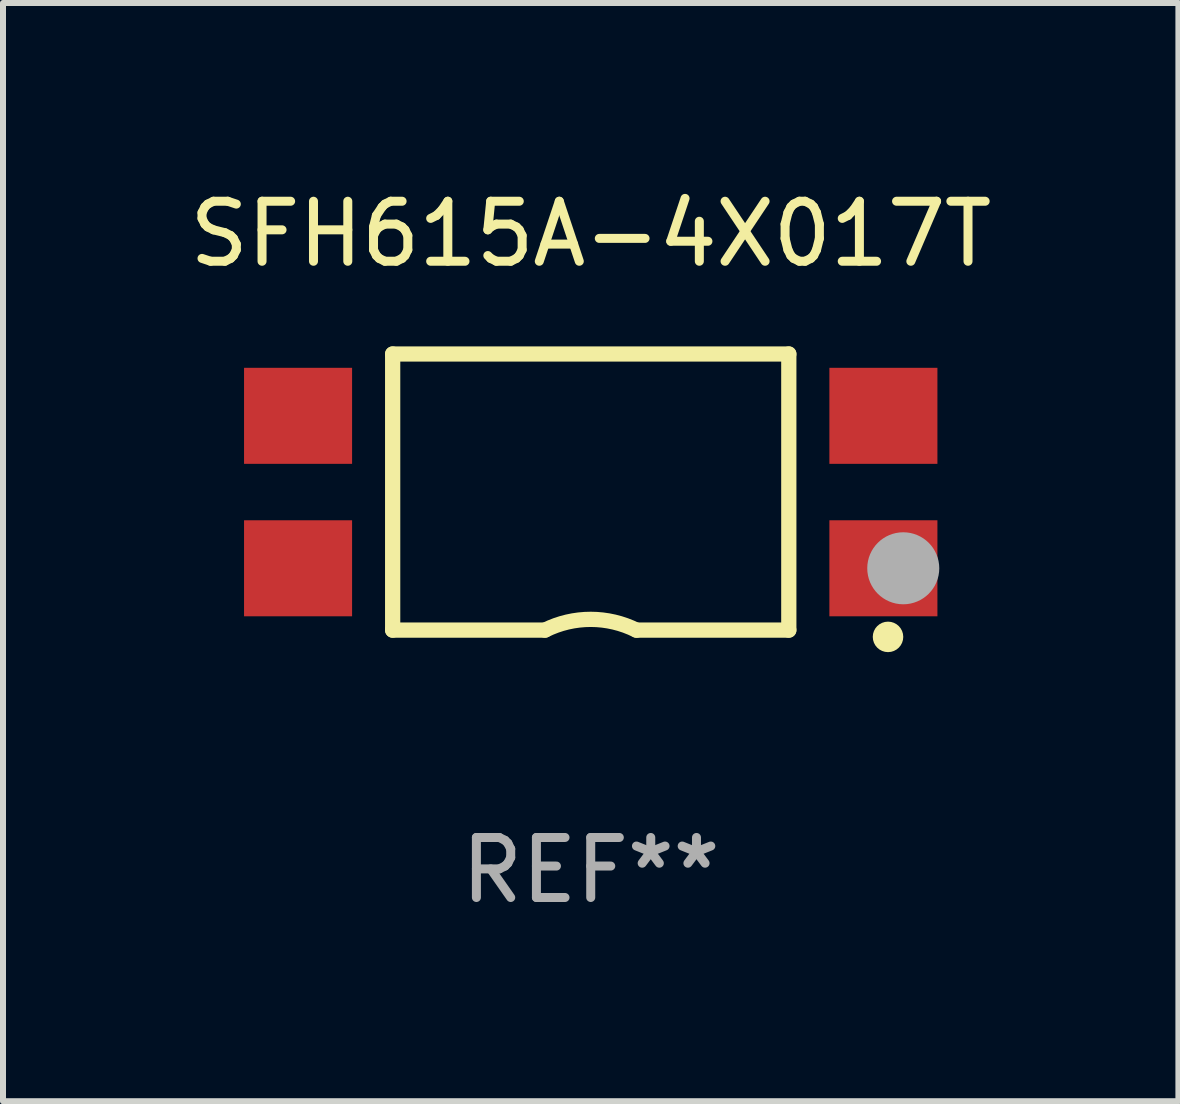
<source format=kicad_pcb>
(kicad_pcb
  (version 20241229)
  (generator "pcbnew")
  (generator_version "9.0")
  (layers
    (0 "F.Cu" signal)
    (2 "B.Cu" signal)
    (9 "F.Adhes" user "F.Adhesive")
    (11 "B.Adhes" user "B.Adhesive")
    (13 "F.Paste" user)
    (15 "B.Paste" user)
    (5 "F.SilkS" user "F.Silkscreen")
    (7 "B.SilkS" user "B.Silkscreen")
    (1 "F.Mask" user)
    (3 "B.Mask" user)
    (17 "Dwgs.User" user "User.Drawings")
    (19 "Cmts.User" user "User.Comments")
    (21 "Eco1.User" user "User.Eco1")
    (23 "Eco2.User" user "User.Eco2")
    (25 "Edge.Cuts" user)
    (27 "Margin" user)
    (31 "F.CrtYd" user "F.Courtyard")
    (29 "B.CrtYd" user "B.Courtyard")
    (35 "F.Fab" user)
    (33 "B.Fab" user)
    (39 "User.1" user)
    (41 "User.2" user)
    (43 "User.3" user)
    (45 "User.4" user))
  (footprint "SFH615A-4X017T"
    (layer "F.Cu")
    (at 6.792 5.148)
    (property "Reference" "SFH615A-4X017T" (at 0 -4.3 0) (layer "F.SilkS") (effects (font (size 1 1) (thickness 0.15))))
    (attr through_hole)
    (fp_line (start -3.3 -2.3) (end 3.3 -2.3) (stroke (width 0.254) (type solid)) (layer "F.SilkS"))
    (fp_line (start -3.3 2.3) (end -3.3 -2.3) (stroke (width 0.254) (type solid)) (layer "F.SilkS"))
    (fp_line (start -3.3 2.3) (end -0.762 2.3) (stroke (width 0.254) (type solid)) (layer "F.SilkS"))
    (fp_line (start 3.3 -2.3) (end 3.3 2.3) (stroke (width 0.254) (type solid)) (layer "F.SilkS"))
    (fp_line (start 3.3 2.3) (end 0.762 2.3) (stroke (width 0.254) (type solid)) (layer "F.SilkS"))
    (fp_arc (start -0.761976 2.300025) (mid 0.000169 2.120943) (end 0.762027 2.301244) (stroke (width 0.254001) (type solid)) (layer "F.SilkS"))
    (fp_circle (center 4.953 2.413) (end 5.08 2.413) (stroke (width 0.254) (type solid)) (fill no) (layer "F.SilkS"))
    (fp_circle (center 5 2.3) (end 5.03 2.3) (stroke (width 0.06) (type solid)) (fill no) (layer "F.SilkS"))
    (fp_arc (start 5.334138 1.270104) (mid 5.461138 1.240123) (end 5.588139 1.270104) (stroke (width 0.254001) (type solid)) (layer "F.Fab"))
    (fp_circle (center 5.207 1.27) (end 5.507 1.27) (stroke (width 0.6) (type solid)) (fill no) (layer "F.Fab"))
    (fp_text user "REF**" (at 0 6.3 0) (layer "F.Fab") (effects (font (size 1 1) (thickness 0.15))))
    (pad "1" smd rect (at 4.876 1.27) (size 1.8 1.6) (layers "F.Cu" "F.Mask" "F.Paste"))
    (pad "2" smd rect (at 4.876 -1.27) (size 1.8 1.6) (layers "F.Cu" "F.Mask" "F.Paste"))
    (pad "3" smd rect (at -4.876 -1.27) (size 1.8 1.6) (layers "F.Cu" "F.Mask" "F.Paste"))
    (pad "4" smd rect (at -4.876 1.27) (size 1.8 1.6) (layers "F.Cu" "F.Mask" "F.Paste")))
  (gr_rect
    (start -3 -3)
    (end 16.583 15.297)
    (stroke (width 0.1) (type default))
    (fill no)
    (layer "Edge.Cuts")))
</source>
